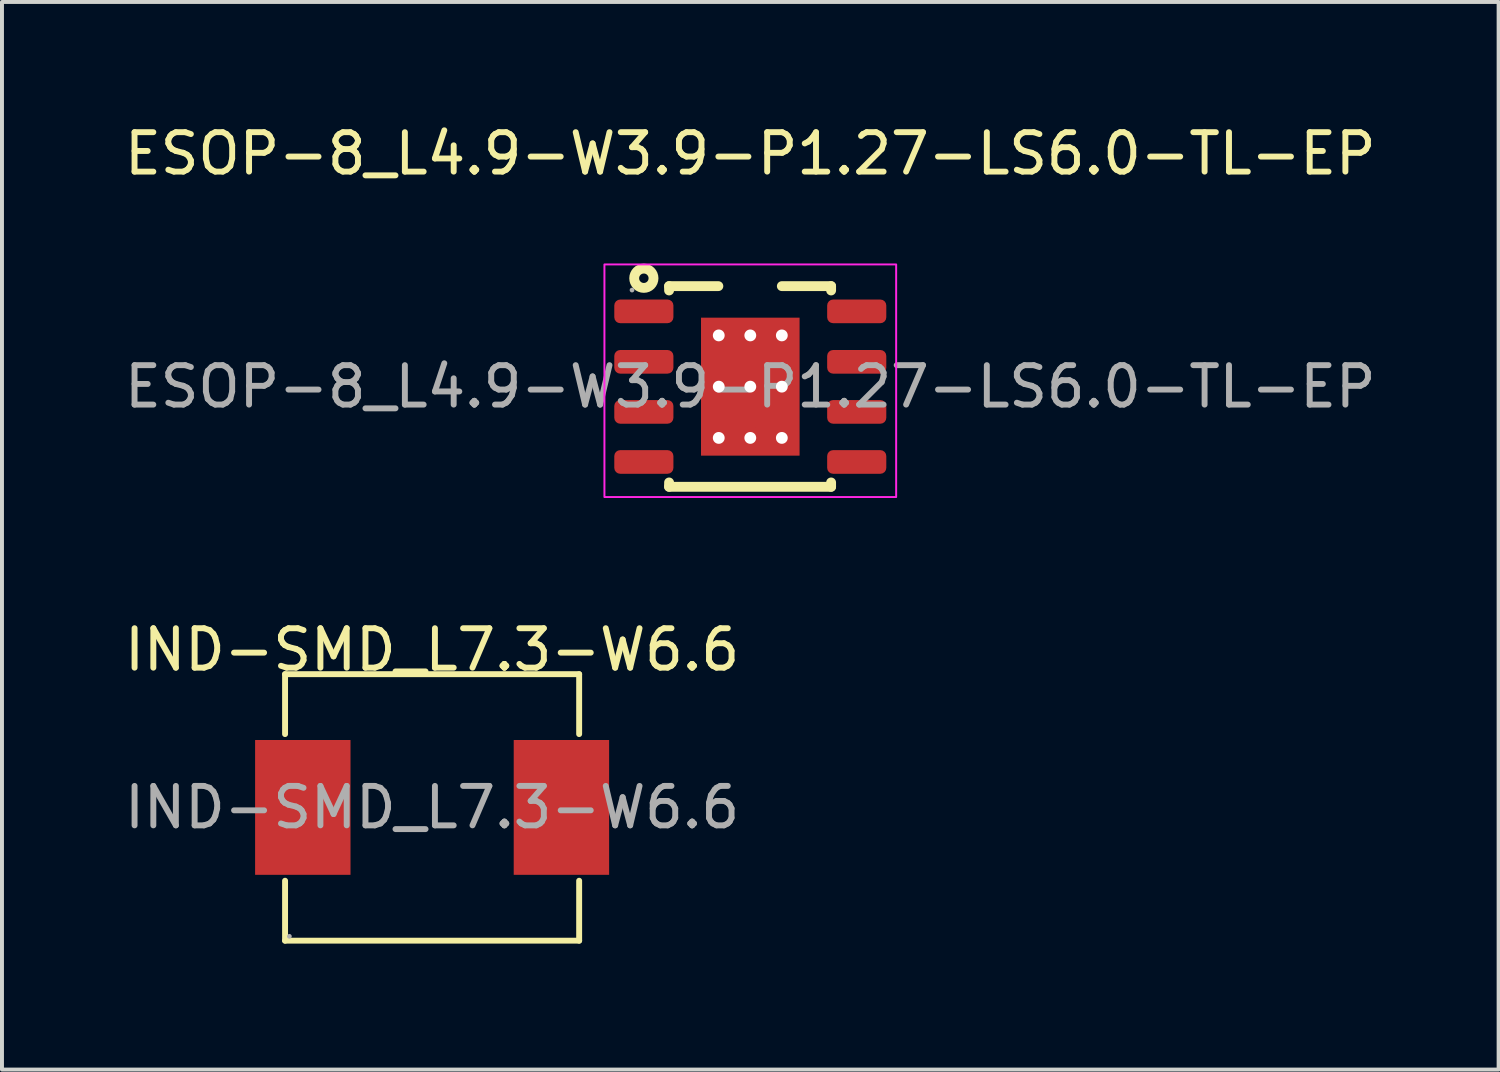
<source format=kicad_pcb>
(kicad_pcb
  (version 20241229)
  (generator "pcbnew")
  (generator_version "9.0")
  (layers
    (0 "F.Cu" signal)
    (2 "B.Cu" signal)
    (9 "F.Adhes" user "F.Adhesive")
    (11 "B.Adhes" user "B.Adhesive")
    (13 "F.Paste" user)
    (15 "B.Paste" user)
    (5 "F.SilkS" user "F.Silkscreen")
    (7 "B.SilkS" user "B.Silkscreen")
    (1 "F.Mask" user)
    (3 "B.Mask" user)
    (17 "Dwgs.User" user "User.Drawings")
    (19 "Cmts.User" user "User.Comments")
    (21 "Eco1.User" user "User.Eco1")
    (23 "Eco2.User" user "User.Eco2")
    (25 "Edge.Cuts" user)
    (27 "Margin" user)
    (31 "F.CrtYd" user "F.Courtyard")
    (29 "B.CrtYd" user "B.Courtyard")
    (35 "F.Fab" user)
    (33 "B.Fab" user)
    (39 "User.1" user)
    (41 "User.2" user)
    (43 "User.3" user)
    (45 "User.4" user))
  (footprint "IND-SMD_L7.3-W6.6"
    (layer "F.Cu")
    (at 7.911 17.431)
    (property "Reference" "IND-SMD_L7.3-W6.6" (at 0 -4 0) (layer "F.SilkS") (effects (font (size 1 1) (thickness 0.15))))
    (attr smd)
    (fp_line (start -3.73 -3.38) (end 3.73 -3.38) (stroke (width 0.15) (type solid)) (layer "F.SilkS"))
    (fp_line (start -3.73 -1.86) (end -3.73 -3.38) (stroke (width 0.15) (type solid)) (layer "F.SilkS"))
    (fp_line (start -3.73 1.86) (end -3.73 3.38) (stroke (width 0.15) (type solid)) (layer "F.SilkS"))
    (fp_line (start -3.73 3.38) (end 3.73 3.38) (stroke (width 0.15) (type solid)) (layer "F.SilkS"))
    (fp_line (start 3.73 -3.38) (end 3.73 -1.86) (stroke (width 0.15) (type solid)) (layer "F.SilkS"))
    (fp_line (start 3.73 3.38) (end 3.73 1.86) (stroke (width 0.15) (type solid)) (layer "F.SilkS"))
    (fp_line (start -4.8 -2) (end -4 -2) (stroke (width 0.1) (type default)) (layer "Margin"))
    (fp_line (start -4.8 2) (end -4.8 -2) (stroke (width 0.1) (type default)) (layer "Margin"))
    (fp_line (start -4 -3.6) (end 3.9 -3.6) (stroke (width 0.1) (type default)) (layer "Margin"))
    (fp_line (start -4 -2) (end -4 -3.6) (stroke (width 0.1) (type default)) (layer "Margin"))
    (fp_line (start -4 2) (end -4.8 2) (stroke (width 0.1) (type default)) (layer "Margin"))
    (fp_line (start -4 2) (end -4 3.6) (stroke (width 0.1) (type default)) (layer "Margin"))
    (fp_line (start 3.9 -3.6) (end 3.9 -2) (stroke (width 0.1) (type default)) (layer "Margin"))
    (fp_line (start 3.9 -2) (end 4.8 -2) (stroke (width 0.1) (type default)) (layer "Margin"))
    (fp_line (start 4 2) (end 4 3.6) (stroke (width 0.1) (type default)) (layer "Margin"))
    (fp_line (start 4 3.6) (end -4 3.6) (stroke (width 0.1) (type default)) (layer "Margin"))
    (fp_line (start 4.8 -2) (end 4.8 2) (stroke (width 0.1) (type default)) (layer "Margin"))
    (fp_line (start 4.8 2) (end 4 2) (stroke (width 0.1) (type default)) (layer "Margin"))
    (fp_circle (center -3.62 3.27) (end -3.59 3.27) (stroke (width 0.06) (type solid)) (fill no) (layer "F.Fab"))
    (fp_text user "${REFERENCE}" (at 0 0 0) (layer "F.Fab") (effects (font (size 1 1) (thickness 0.15))))
    (pad "1" smd rect (at 3.28 0) (size 2.42 3.42) (layers "F.Cu" "F.Mask" "F.Paste"))
    (pad "2" smd rect (at -3.28 0) (size 2.42 3.42) (layers "F.Cu" "F.Mask" "F.Paste")))
  (footprint "ESOP-8_L4.9-W3.9-P1.27-LS6.0-TL-EP"
    (layer "F.Cu")
    (at 15.982 6.758)
    (property "Reference" "ESOP-8_L4.9-W3.9-P1.27-LS6.0-TL-EP" (at 0 -5.91 0) (layer "F.SilkS") (effects (font (size 1 1) (thickness 0.15))))
    (attr smd)
    (fp_line (start -2.06 -2.55) (end -2.06 -2.44) (stroke (width 0.25) (type solid)) (layer "F.SilkS"))
    (fp_line (start -2.06 2.43) (end -2.06 2.54) (stroke (width 0.25) (type solid)) (layer "F.SilkS"))
    (fp_line (start -0.81 -2.55) (end -2.06 -2.55) (stroke (width 0.25) (type solid)) (layer "F.SilkS"))
    (fp_line (start 0.8 -2.55) (end 2.05 -2.55) (stroke (width 0.25) (type solid)) (layer "F.SilkS"))
    (fp_line (start 2.05 -2.55) (end 2.05 -2.44) (stroke (width 0.25) (type solid)) (layer "F.SilkS"))
    (fp_line (start 2.05 2.43) (end 2.05 2.54) (stroke (width 0.25) (type solid)) (layer "F.SilkS"))
    (fp_line (start 2.05 2.54) (end -2.06 2.54) (stroke (width 0.25) (type solid)) (layer "F.SilkS"))
    (fp_circle (center -2.7 -2.75) (end -2.58 -2.75) (stroke (width 0.25) (type solid)) (fill no) (layer "F.SilkS"))
    (fp_rect (start -3.7 -3.1) (end 3.7 2.8) (stroke (width 0.05) (type default)) (fill no) (layer "F.CrtYd"))
    (fp_circle (center -3 -2.45) (end -2.97 -2.45) (stroke (width 0.06) (type solid)) (fill no) (layer "F.Fab"))
    (fp_text user "${REFERENCE}" (at 0 0 0) (layer "F.Fab") (effects (font (size 1 1) (thickness 0.15))))
    (pad "1" smd roundrect (at -2.7 -1.91) (size 1.5 0.6) (layers "F.Cu" "F.Mask" "F.Paste") (roundrect_rratio 0.25))
    (pad "2" smd roundrect (at -2.7 -0.63) (size 1.5 0.6) (layers "F.Cu" "F.Mask" "F.Paste") (roundrect_rratio 0.25))
    (pad "3" smd roundrect (at -2.7 0.64) (size 1.5 0.6) (layers "F.Cu" "F.Mask" "F.Paste") (roundrect_rratio 0.25))
    (pad "4" smd roundrect (at -2.7 1.91) (size 1.5 0.6) (layers "F.Cu" "F.Mask" "F.Paste") (roundrect_rratio 0.25))
    (pad "5" smd roundrect (at 2.7 1.91) (size 1.5 0.6) (layers "F.Cu" "F.Mask" "F.Paste") (roundrect_rratio 0.25))
    (pad "6" smd roundrect (at 2.7 0.64) (size 1.5 0.6) (layers "F.Cu" "F.Mask" "F.Paste") (roundrect_rratio 0.25))
    (pad "7" smd roundrect (at 2.7 -0.63) (size 1.5 0.6) (layers "F.Cu" "F.Mask" "F.Paste") (roundrect_rratio 0.25))
    (pad "8" smd roundrect (at 2.7 -1.91) (size 1.5 0.6) (layers "F.Cu" "F.Mask" "F.Paste") (roundrect_rratio 0.25))
    (pad "9" thru_hole circle (at -0.8 -1.3) (size 0.6 0.6) (drill 0.3) (layers "*.Cu" "F.Mask") (remove_unused_layers yes) (zone_layer_connections))
    (pad "9" thru_hole circle (at -0.8 0) (size 0.6 0.6) (drill 0.3) (layers "*.Cu" "F.Mask") (remove_unused_layers yes) (zone_layer_connections))
    (pad "9" thru_hole circle (at -0.8 1.3) (size 0.6 0.6) (drill 0.3) (layers "*.Cu" "F.Mask") (remove_unused_layers yes) (zone_layer_connections))
    (pad "9" thru_hole circle (at 0 -1.3) (size 0.6 0.6) (drill 0.3) (layers "*.Cu" "F.Mask") (remove_unused_layers yes) (zone_layer_connections))
    (pad "9" thru_hole circle (at 0 0) (size 0.6 0.6) (drill 0.3) (layers "*.Cu" "F.Mask") (remove_unused_layers yes) (zone_layer_connections))
    (pad "9" smd rect (at 0 0) (size 2.5 3.5) (layers "F.Cu" "F.Mask" "F.Paste"))
    (pad "9" thru_hole circle (at 0 1.3) (size 0.6 0.6) (drill 0.3) (layers "*.Cu" "F.Mask") (remove_unused_layers yes) (zone_layer_connections))
    (pad "9" thru_hole circle (at 0.8 -1.3) (size 0.6 0.6) (drill 0.3) (layers "*.Cu" "F.Mask") (remove_unused_layers yes) (zone_layer_connections))
    (pad "9" thru_hole circle (at 0.8 0) (size 0.6 0.6) (drill 0.3) (layers "*.Cu" "F.Mask") (remove_unused_layers yes) (zone_layer_connections))
    (pad "9" thru_hole circle (at 0.8 1.3) (size 0.6 0.6) (drill 0.3) (layers "*.Cu" "F.Mask") (remove_unused_layers yes) (zone_layer_connections)))
  (gr_rect
    (start -3 -3)
    (end 34.964 24.081)
    (stroke (width 0.1) (type default))
    (fill no)
    (layer "Edge.Cuts")))
</source>
